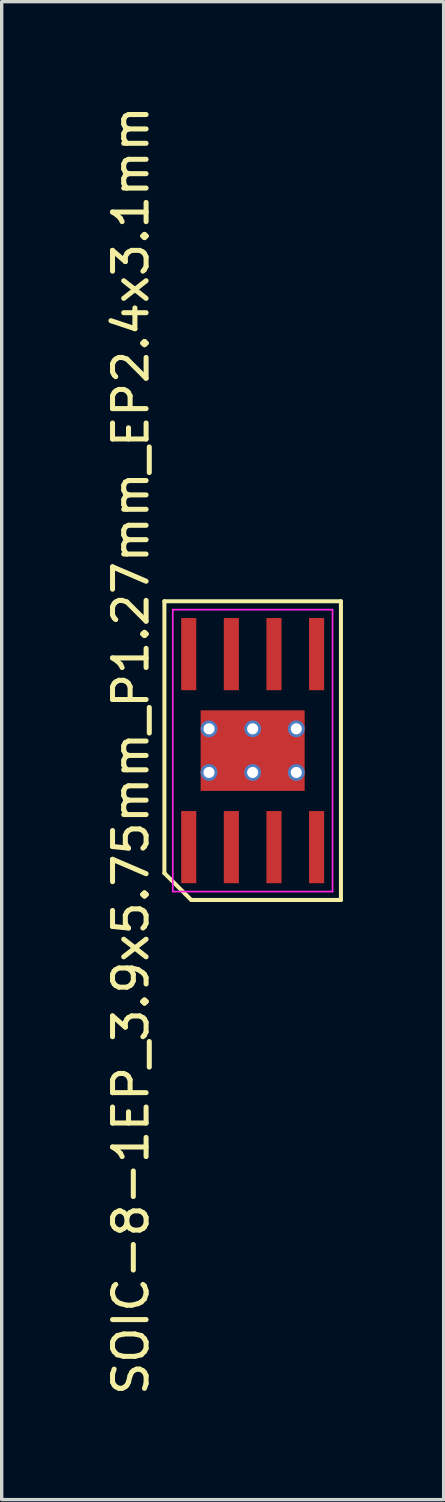
<source format=kicad_pcb>
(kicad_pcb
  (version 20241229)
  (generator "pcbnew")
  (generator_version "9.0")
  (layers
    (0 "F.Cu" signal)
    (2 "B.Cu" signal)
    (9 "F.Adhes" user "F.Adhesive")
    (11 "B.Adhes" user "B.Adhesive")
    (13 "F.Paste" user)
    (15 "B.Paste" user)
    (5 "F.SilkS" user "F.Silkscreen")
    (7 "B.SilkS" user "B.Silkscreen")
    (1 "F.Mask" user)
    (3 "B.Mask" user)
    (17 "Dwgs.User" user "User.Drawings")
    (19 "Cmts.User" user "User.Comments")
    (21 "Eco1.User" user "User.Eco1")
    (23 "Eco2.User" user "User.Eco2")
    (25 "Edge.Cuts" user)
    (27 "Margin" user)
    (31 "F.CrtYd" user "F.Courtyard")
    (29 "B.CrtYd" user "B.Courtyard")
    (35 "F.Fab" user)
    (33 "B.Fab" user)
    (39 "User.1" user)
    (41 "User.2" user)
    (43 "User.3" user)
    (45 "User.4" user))
  (footprint "SOIC-8-1EP_3.9x5.75mm_P1.27mm_EP2.4x3.1mm"
    (layer "F.Cu")
    (at 4.478 19.315)
    (property "Reference" "SOIC-8-1EP_3.9x5.75mm_P1.27mm_EP2.4x3.1mm" (at -3.63 0 90) (layer "F.SilkS") (effects (font (size 1 1) (thickness 0.15))))
    (attr smd)
    (fp_line (start -2.63 -4.45) (end 2.63 -4.45) (stroke (width 0.12) (type default)) (layer "F.SilkS"))
    (fp_line (start -2.63 3.65) (end -2.63 -4.45) (stroke (width 0.12) (type default)) (layer "F.SilkS"))
    (fp_line (start -1.83 4.45) (end -2.63 3.65) (stroke (width 0.12) (type default)) (layer "F.SilkS"))
    (fp_line (start 2.63 -4.45) (end 2.63 4.45) (stroke (width 0.12) (type default)) (layer "F.SilkS"))
    (fp_line (start 2.63 4.45) (end -1.83 4.45) (stroke (width 0.12) (type default)) (layer "F.SilkS"))
    (fp_line (start -2.38 -4.2) (end 2.38 -4.2) (stroke (width 0.05) (type default)) (layer "F.CrtYd"))
    (fp_line (start -2.38 4.2) (end -2.38 -4.2) (stroke (width 0.05) (type default)) (layer "F.CrtYd"))
    (fp_line (start 2.38 -4.2) (end 2.38 4.2) (stroke (width 0.05) (type default)) (layer "F.CrtYd"))
    (fp_line (start 2.38 4.2) (end -2.38 4.2) (stroke (width 0.05) (type default)) (layer "F.CrtYd"))
    (pad "1" smd rect (at -1.905 2.875) (size 0.45 2.15) (layers "F.Cu" "F.Mask" "F.Paste"))
    (pad "2" smd rect (at -0.635 2.875) (size 0.45 2.15) (layers "F.Cu" "F.Mask" "F.Paste"))
    (pad "3" smd rect (at 0.635 2.875) (size 0.45 2.15) (layers "F.Cu" "F.Mask" "F.Paste"))
    (pad "4" smd rect (at 1.905 2.875) (size 0.45 2.15) (layers "F.Cu" "F.Mask" "F.Paste"))
    (pad "5" smd rect (at 1.905 -2.875) (size 0.45 2.15) (layers "F.Cu" "F.Mask" "F.Paste"))
    (pad "6" smd rect (at 0.635 -2.875) (size 0.45 2.15) (layers "F.Cu" "F.Mask" "F.Paste"))
    (pad "7" smd rect (at -0.635 -2.875) (size 0.45 2.15) (layers "F.Cu" "F.Mask" "F.Paste"))
    (pad "8" smd rect (at -1.905 -2.875) (size 0.45 2.15) (layers "F.Cu" "F.Mask" "F.Paste"))
    (pad "9" thru_hole circle (at -1.3 -0.65) (size 0.5 0.5) (drill 0.33) (property pad_prop_heatsink) (layers "*.Cu" "*.Mask"))
    (pad "9" thru_hole circle (at -1.3 0.65) (size 0.5 0.5) (drill 0.33) (property pad_prop_heatsink) (layers "*.Cu" "*.Mask"))
    (pad "9" thru_hole circle (at 0 -0.65) (size 0.5 0.5) (drill 0.33) (property pad_prop_heatsink) (layers "*.Cu" "*.Mask"))
    (pad "9" smd rect (at 0 0) (size 3.1 2.4) (property pad_prop_heatsink) (layers "F.Cu" "F.Mask" "F.Paste"))
    (pad "9" thru_hole circle (at 0 0.65) (size 0.5 0.5) (drill 0.33) (property pad_prop_heatsink) (layers "*.Cu" "*.Mask"))
    (pad "9" thru_hole circle (at 1.3 -0.65) (size 0.5 0.5) (drill 0.33) (property pad_prop_heatsink) (layers "*.Cu" "*.Mask"))
    (pad "9" thru_hole circle (at 1.3 0.65) (size 0.5 0.5) (drill 0.33) (property pad_prop_heatsink) (layers "*.Cu" "*.Mask")))
  (gr_rect
    (start -3 -3)
    (end 10.168 41.631)
    (stroke (width 0.1) (type default))
    (fill no)
    (layer "Edge.Cuts")))
</source>
